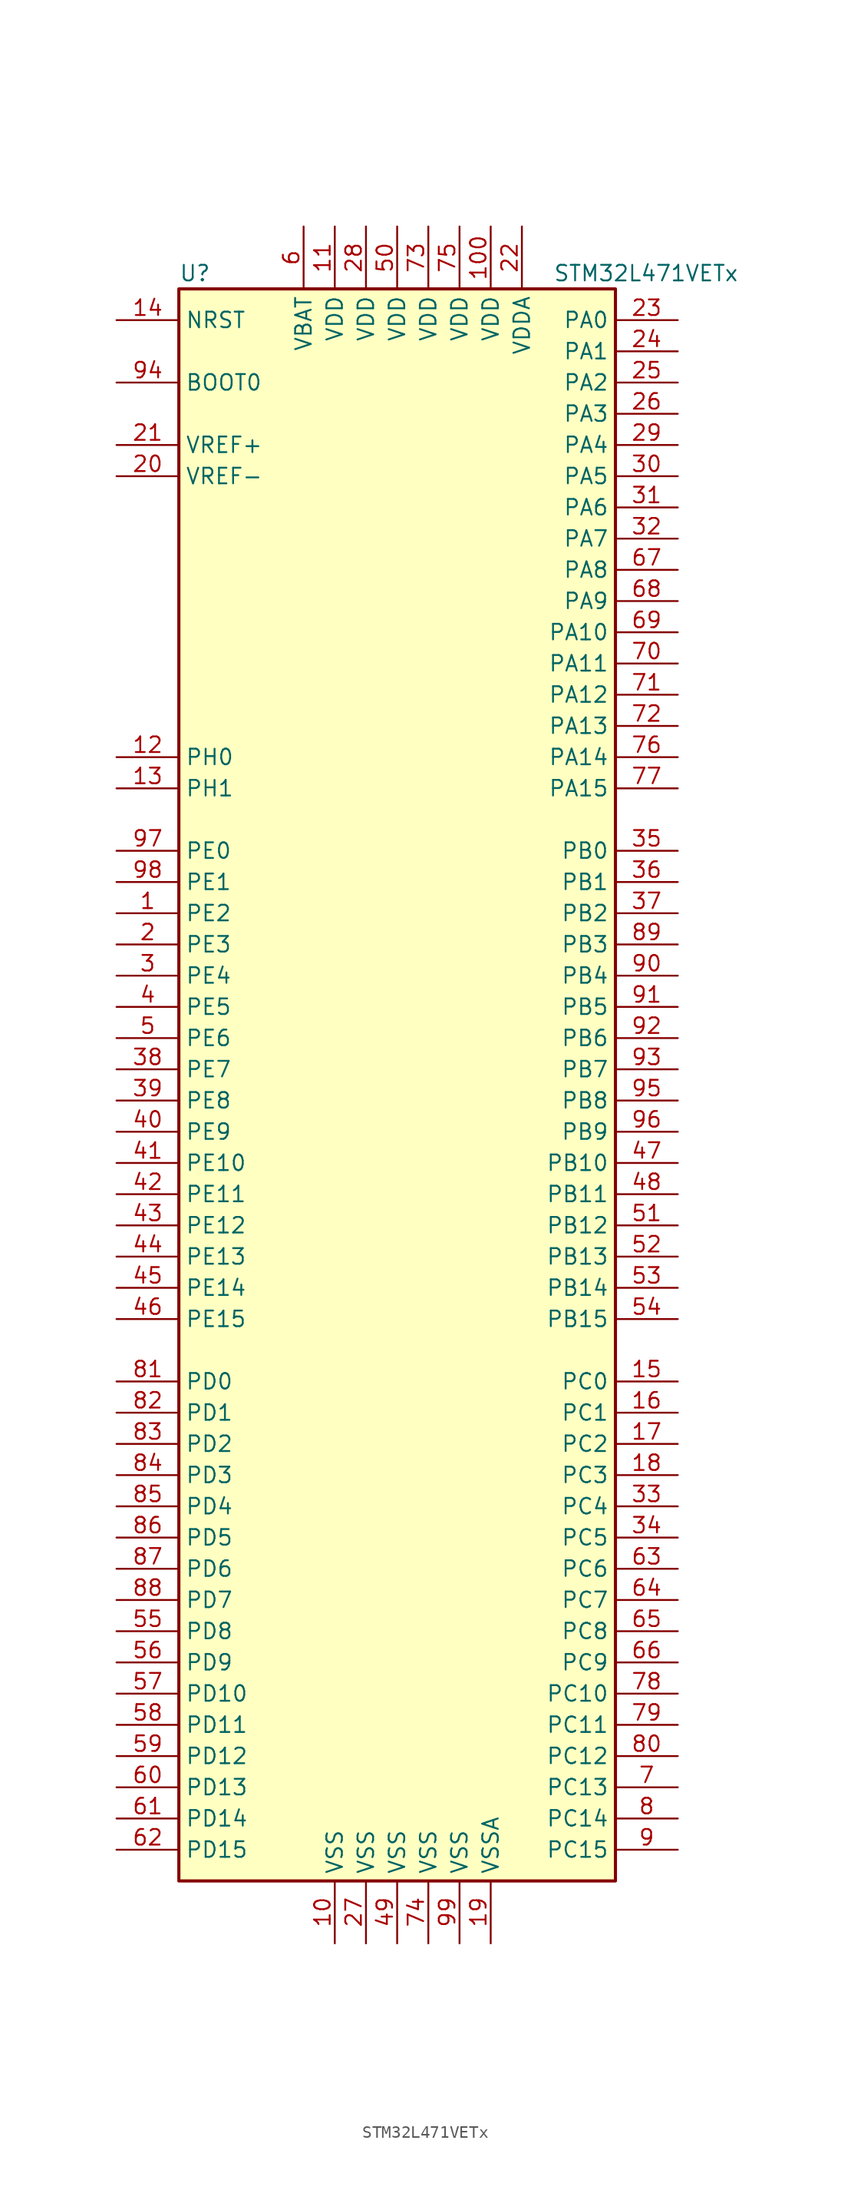
<source format=kicad_sym>
(kicad_symbol_lib
  (version 20201005)
  (generator kicad_symbol_editor)
  (symbol "STM32L471VETx"
    (property "Reference" "U"
      (at -17.78 64.77 0)
      (effects (font (size 1.27 1.27)) (justify left)))
    (property "Value" "STM32L471VETx"
      (at 12.7 64.77 0)
      (effects (font (size 1.27 1.27)) (justify left)))
    (symbol "STM32L471VETx_0_1"
      (rectangle (start -17.78 -66.04) (end 17.78 63.5) (stroke (width 0.254)) (fill (type background))))
    (symbol "STM32L471VETx_1_1"
      (pin bidirectional line (at -22.86 12.7 0) (length 5.08) (name "PE2" (effects (font (size 1.27 1.27)))) (number "1" (effects (font (size 1.27 1.27)))))
      (pin power_in line (at -5.08 -71.12 90) (length 5.08) (name "VSS" (effects (font (size 1.27 1.27)))) (number "10" (effects (font (size 1.27 1.27)))))
      (pin power_in line (at 7.62 68.58 270) (length 5.08) (name "VDD" (effects (font (size 1.27 1.27)))) (number "100" (effects (font (size 1.27 1.27)))))
      (pin power_in line (at -5.08 68.58 270) (length 5.08) (name "VDD" (effects (font (size 1.27 1.27)))) (number "11" (effects (font (size 1.27 1.27)))))
      (pin input line (at -22.86 25.4 0) (length 5.08) (name "PH0" (effects (font (size 1.27 1.27)))) (number "12" (effects (font (size 1.27 1.27)))))
      (pin input line (at -22.86 22.86 0) (length 5.08) (name "PH1" (effects (font (size 1.27 1.27)))) (number "13" (effects (font (size 1.27 1.27)))))
      (pin input line (at -22.86 60.96 0) (length 5.08) (name "NRST" (effects (font (size 1.27 1.27)))) (number "14" (effects (font (size 1.27 1.27)))))
      (pin bidirectional line (at 22.86 -25.4 180) (length 5.08) (name "PC0" (effects (font (size 1.27 1.27)))) (number "15" (effects (font (size 1.27 1.27)))))
      (pin bidirectional line (at 22.86 -27.94 180) (length 5.08) (name "PC1" (effects (font (size 1.27 1.27)))) (number "16" (effects (font (size 1.27 1.27)))))
      (pin bidirectional line (at 22.86 -30.48 180) (length 5.08) (name "PC2" (effects (font (size 1.27 1.27)))) (number "17" (effects (font (size 1.27 1.27)))))
      (pin bidirectional line (at 22.86 -33.02 180) (length 5.08) (name "PC3" (effects (font (size 1.27 1.27)))) (number "18" (effects (font (size 1.27 1.27)))))
      (pin power_in line (at 7.62 -71.12 90) (length 5.08) (name "VSSA" (effects (font (size 1.27 1.27)))) (number "19" (effects (font (size 1.27 1.27)))))
      (pin bidirectional line (at -22.86 10.16 0) (length 5.08) (name "PE3" (effects (font (size 1.27 1.27)))) (number "2" (effects (font (size 1.27 1.27)))))
      (pin power_in line (at -22.86 48.26 0) (length 5.08) (name "VREF-" (effects (font (size 1.27 1.27)))) (number "20" (effects (font (size 1.27 1.27)))))
      (pin bidirectional line (at -22.86 50.8 0) (length 5.08) (name "VREF+" (effects (font (size 1.27 1.27)))) (number "21" (effects (font (size 1.27 1.27)))))
      (pin power_in line (at 10.16 68.58 270) (length 5.08) (name "VDDA" (effects (font (size 1.27 1.27)))) (number "22" (effects (font (size 1.27 1.27)))))
      (pin bidirectional line (at 22.86 60.96 180) (length 5.08) (name "PA0" (effects (font (size 1.27 1.27)))) (number "23" (effects (font (size 1.27 1.27)))))
      (pin bidirectional line (at 22.86 58.42 180) (length 5.08) (name "PA1" (effects (font (size 1.27 1.27)))) (number "24" (effects (font (size 1.27 1.27)))))
      (pin bidirectional line (at 22.86 55.88 180) (length 5.08) (name "PA2" (effects (font (size 1.27 1.27)))) (number "25" (effects (font (size 1.27 1.27)))))
      (pin bidirectional line (at 22.86 53.34 180) (length 5.08) (name "PA3" (effects (font (size 1.27 1.27)))) (number "26" (effects (font (size 1.27 1.27)))))
      (pin power_in line (at -2.54 -71.12 90) (length 5.08) (name "VSS" (effects (font (size 1.27 1.27)))) (number "27" (effects (font (size 1.27 1.27)))))
      (pin power_in line (at -2.54 68.58 270) (length 5.08) (name "VDD" (effects (font (size 1.27 1.27)))) (number "28" (effects (font (size 1.27 1.27)))))
      (pin bidirectional line (at 22.86 50.8 180) (length 5.08) (name "PA4" (effects (font (size 1.27 1.27)))) (number "29" (effects (font (size 1.27 1.27)))))
      (pin bidirectional line (at -22.86 7.62 0) (length 5.08) (name "PE4" (effects (font (size 1.27 1.27)))) (number "3" (effects (font (size 1.27 1.27)))))
      (pin bidirectional line (at 22.86 48.26 180) (length 5.08) (name "PA5" (effects (font (size 1.27 1.27)))) (number "30" (effects (font (size 1.27 1.27)))))
      (pin bidirectional line (at 22.86 45.72 180) (length 5.08) (name "PA6" (effects (font (size 1.27 1.27)))) (number "31" (effects (font (size 1.27 1.27)))))
      (pin bidirectional line (at 22.86 43.18 180) (length 5.08) (name "PA7" (effects (font (size 1.27 1.27)))) (number "32" (effects (font (size 1.27 1.27)))))
      (pin bidirectional line (at 22.86 -35.56 180) (length 5.08) (name "PC4" (effects (font (size 1.27 1.27)))) (number "33" (effects (font (size 1.27 1.27)))))
      (pin bidirectional line (at 22.86 -38.1 180) (length 5.08) (name "PC5" (effects (font (size 1.27 1.27)))) (number "34" (effects (font (size 1.27 1.27)))))
      (pin bidirectional line (at 22.86 17.78 180) (length 5.08) (name "PB0" (effects (font (size 1.27 1.27)))) (number "35" (effects (font (size 1.27 1.27)))))
      (pin bidirectional line (at 22.86 15.24 180) (length 5.08) (name "PB1" (effects (font (size 1.27 1.27)))) (number "36" (effects (font (size 1.27 1.27)))))
      (pin bidirectional line (at 22.86 12.7 180) (length 5.08) (name "PB2" (effects (font (size 1.27 1.27)))) (number "37" (effects (font (size 1.27 1.27)))))
      (pin bidirectional line (at -22.86 0 0) (length 5.08) (name "PE7" (effects (font (size 1.27 1.27)))) (number "38" (effects (font (size 1.27 1.27)))))
      (pin bidirectional line (at -22.86 -2.54 0) (length 5.08) (name "PE8" (effects (font (size 1.27 1.27)))) (number "39" (effects (font (size 1.27 1.27)))))
      (pin bidirectional line (at -22.86 5.08 0) (length 5.08) (name "PE5" (effects (font (size 1.27 1.27)))) (number "4" (effects (font (size 1.27 1.27)))))
      (pin bidirectional line (at -22.86 -5.08 0) (length 5.08) (name "PE9" (effects (font (size 1.27 1.27)))) (number "40" (effects (font (size 1.27 1.27)))))
      (pin bidirectional line (at -22.86 -7.62 0) (length 5.08) (name "PE10" (effects (font (size 1.27 1.27)))) (number "41" (effects (font (size 1.27 1.27)))))
      (pin bidirectional line (at -22.86 -10.16 0) (length 5.08) (name "PE11" (effects (font (size 1.27 1.27)))) (number "42" (effects (font (size 1.27 1.27)))))
      (pin bidirectional line (at -22.86 -12.7 0) (length 5.08) (name "PE12" (effects (font (size 1.27 1.27)))) (number "43" (effects (font (size 1.27 1.27)))))
      (pin bidirectional line (at -22.86 -15.24 0) (length 5.08) (name "PE13" (effects (font (size 1.27 1.27)))) (number "44" (effects (font (size 1.27 1.27)))))
      (pin bidirectional line (at -22.86 -17.78 0) (length 5.08) (name "PE14" (effects (font (size 1.27 1.27)))) (number "45" (effects (font (size 1.27 1.27)))))
      (pin bidirectional line (at -22.86 -20.32 0) (length 5.08) (name "PE15" (effects (font (size 1.27 1.27)))) (number "46" (effects (font (size 1.27 1.27)))))
      (pin bidirectional line (at 22.86 -7.62 180) (length 5.08) (name "PB10" (effects (font (size 1.27 1.27)))) (number "47" (effects (font (size 1.27 1.27)))))
      (pin bidirectional line (at 22.86 -10.16 180) (length 5.08) (name "PB11" (effects (font (size 1.27 1.27)))) (number "48" (effects (font (size 1.27 1.27)))))
      (pin power_in line (at 0 -71.12 90) (length 5.08) (name "VSS" (effects (font (size 1.27 1.27)))) (number "49" (effects (font (size 1.27 1.27)))))
      (pin bidirectional line (at -22.86 2.54 0) (length 5.08) (name "PE6" (effects (font (size 1.27 1.27)))) (number "5" (effects (font (size 1.27 1.27)))))
      (pin power_in line (at 0 68.58 270) (length 5.08) (name "VDD" (effects (font (size 1.27 1.27)))) (number "50" (effects (font (size 1.27 1.27)))))
      (pin bidirectional line (at 22.86 -12.7 180) (length 5.08) (name "PB12" (effects (font (size 1.27 1.27)))) (number "51" (effects (font (size 1.27 1.27)))))
      (pin bidirectional line (at 22.86 -15.24 180) (length 5.08) (name "PB13" (effects (font (size 1.27 1.27)))) (number "52" (effects (font (size 1.27 1.27)))))
      (pin bidirectional line (at 22.86 -17.78 180) (length 5.08) (name "PB14" (effects (font (size 1.27 1.27)))) (number "53" (effects (font (size 1.27 1.27)))))
      (pin bidirectional line (at 22.86 -20.32 180) (length 5.08) (name "PB15" (effects (font (size 1.27 1.27)))) (number "54" (effects (font (size 1.27 1.27)))))
      (pin bidirectional line (at -22.86 -45.72 0) (length 5.08) (name "PD8" (effects (font (size 1.27 1.27)))) (number "55" (effects (font (size 1.27 1.27)))))
      (pin bidirectional line (at -22.86 -48.26 0) (length 5.08) (name "PD9" (effects (font (size 1.27 1.27)))) (number "56" (effects (font (size 1.27 1.27)))))
      (pin bidirectional line (at -22.86 -50.8 0) (length 5.08) (name "PD10" (effects (font (size 1.27 1.27)))) (number "57" (effects (font (size 1.27 1.27)))))
      (pin bidirectional line (at -22.86 -53.34 0) (length 5.08) (name "PD11" (effects (font (size 1.27 1.27)))) (number "58" (effects (font (size 1.27 1.27)))))
      (pin bidirectional line (at -22.86 -55.88 0) (length 5.08) (name "PD12" (effects (font (size 1.27 1.27)))) (number "59" (effects (font (size 1.27 1.27)))))
      (pin power_in line (at -7.62 68.58 270) (length 5.08) (name "VBAT" (effects (font (size 1.27 1.27)))) (number "6" (effects (font (size 1.27 1.27)))))
      (pin bidirectional line (at -22.86 -58.42 0) (length 5.08) (name "PD13" (effects (font (size 1.27 1.27)))) (number "60" (effects (font (size 1.27 1.27)))))
      (pin bidirectional line (at -22.86 -60.96 0) (length 5.08) (name "PD14" (effects (font (size 1.27 1.27)))) (number "61" (effects (font (size 1.27 1.27)))))
      (pin bidirectional line (at -22.86 -63.5 0) (length 5.08) (name "PD15" (effects (font (size 1.27 1.27)))) (number "62" (effects (font (size 1.27 1.27)))))
      (pin bidirectional line (at 22.86 -40.64 180) (length 5.08) (name "PC6" (effects (font (size 1.27 1.27)))) (number "63" (effects (font (size 1.27 1.27)))))
      (pin bidirectional line (at 22.86 -43.18 180) (length 5.08) (name "PC7" (effects (font (size 1.27 1.27)))) (number "64" (effects (font (size 1.27 1.27)))))
      (pin bidirectional line (at 22.86 -45.72 180) (length 5.08) (name "PC8" (effects (font (size 1.27 1.27)))) (number "65" (effects (font (size 1.27 1.27)))))
      (pin bidirectional line (at 22.86 -48.26 180) (length 5.08) (name "PC9" (effects (font (size 1.27 1.27)))) (number "66" (effects (font (size 1.27 1.27)))))
      (pin bidirectional line (at 22.86 40.64 180) (length 5.08) (name "PA8" (effects (font (size 1.27 1.27)))) (number "67" (effects (font (size 1.27 1.27)))))
      (pin bidirectional line (at 22.86 38.1 180) (length 5.08) (name "PA9" (effects (font (size 1.27 1.27)))) (number "68" (effects (font (size 1.27 1.27)))))
      (pin bidirectional line (at 22.86 35.56 180) (length 5.08) (name "PA10" (effects (font (size 1.27 1.27)))) (number "69" (effects (font (size 1.27 1.27)))))
      (pin bidirectional line (at 22.86 -58.42 180) (length 5.08) (name "PC13" (effects (font (size 1.27 1.27)))) (number "7" (effects (font (size 1.27 1.27)))))
      (pin bidirectional line (at 22.86 33.02 180) (length 5.08) (name "PA11" (effects (font (size 1.27 1.27)))) (number "70" (effects (font (size 1.27 1.27)))))
      (pin bidirectional line (at 22.86 30.48 180) (length 5.08) (name "PA12" (effects (font (size 1.27 1.27)))) (number "71" (effects (font (size 1.27 1.27)))))
      (pin bidirectional line (at 22.86 27.94 180) (length 5.08) (name "PA13" (effects (font (size 1.27 1.27)))) (number "72" (effects (font (size 1.27 1.27)))))
      (pin power_in line (at 2.54 68.58 270) (length 5.08) (name "VDD" (effects (font (size 1.27 1.27)))) (number "73" (effects (font (size 1.27 1.27)))))
      (pin power_in line (at 2.54 -71.12 90) (length 5.08) (name "VSS" (effects (font (size 1.27 1.27)))) (number "74" (effects (font (size 1.27 1.27)))))
      (pin power_in line (at 5.08 68.58 270) (length 5.08) (name "VDD" (effects (font (size 1.27 1.27)))) (number "75" (effects (font (size 1.27 1.27)))))
      (pin bidirectional line (at 22.86 25.4 180) (length 5.08) (name "PA14" (effects (font (size 1.27 1.27)))) (number "76" (effects (font (size 1.27 1.27)))))
      (pin bidirectional line (at 22.86 22.86 180) (length 5.08) (name "PA15" (effects (font (size 1.27 1.27)))) (number "77" (effects (font (size 1.27 1.27)))))
      (pin bidirectional line (at 22.86 -50.8 180) (length 5.08) (name "PC10" (effects (font (size 1.27 1.27)))) (number "78" (effects (font (size 1.27 1.27)))))
      (pin bidirectional line (at 22.86 -53.34 180) (length 5.08) (name "PC11" (effects (font (size 1.27 1.27)))) (number "79" (effects (font (size 1.27 1.27)))))
      (pin bidirectional line (at 22.86 -60.96 180) (length 5.08) (name "PC14" (effects (font (size 1.27 1.27)))) (number "8" (effects (font (size 1.27 1.27)))))
      (pin bidirectional line (at 22.86 -55.88 180) (length 5.08) (name "PC12" (effects (font (size 1.27 1.27)))) (number "80" (effects (font (size 1.27 1.27)))))
      (pin bidirectional line (at -22.86 -25.4 0) (length 5.08) (name "PD0" (effects (font (size 1.27 1.27)))) (number "81" (effects (font (size 1.27 1.27)))))
      (pin bidirectional line (at -22.86 -27.94 0) (length 5.08) (name "PD1" (effects (font (size 1.27 1.27)))) (number "82" (effects (font (size 1.27 1.27)))))
      (pin bidirectional line (at -22.86 -30.48 0) (length 5.08) (name "PD2" (effects (font (size 1.27 1.27)))) (number "83" (effects (font (size 1.27 1.27)))))
      (pin bidirectional line (at -22.86 -33.02 0) (length 5.08) (name "PD3" (effects (font (size 1.27 1.27)))) (number "84" (effects (font (size 1.27 1.27)))))
      (pin bidirectional line (at -22.86 -35.56 0) (length 5.08) (name "PD4" (effects (font (size 1.27 1.27)))) (number "85" (effects (font (size 1.27 1.27)))))
      (pin bidirectional line (at -22.86 -38.1 0) (length 5.08) (name "PD5" (effects (font (size 1.27 1.27)))) (number "86" (effects (font (size 1.27 1.27)))))
      (pin bidirectional line (at -22.86 -40.64 0) (length 5.08) (name "PD6" (effects (font (size 1.27 1.27)))) (number "87" (effects (font (size 1.27 1.27)))))
      (pin bidirectional line (at -22.86 -43.18 0) (length 5.08) (name "PD7" (effects (font (size 1.27 1.27)))) (number "88" (effects (font (size 1.27 1.27)))))
      (pin bidirectional line (at 22.86 10.16 180) (length 5.08) (name "PB3" (effects (font (size 1.27 1.27)))) (number "89" (effects (font (size 1.27 1.27)))))
      (pin bidirectional line (at 22.86 -63.5 180) (length 5.08) (name "PC15" (effects (font (size 1.27 1.27)))) (number "9" (effects (font (size 1.27 1.27)))))
      (pin bidirectional line (at 22.86 7.62 180) (length 5.08) (name "PB4" (effects (font (size 1.27 1.27)))) (number "90" (effects (font (size 1.27 1.27)))))
      (pin bidirectional line (at 22.86 5.08 180) (length 5.08) (name "PB5" (effects (font (size 1.27 1.27)))) (number "91" (effects (font (size 1.27 1.27)))))
      (pin bidirectional line (at 22.86 2.54 180) (length 5.08) (name "PB6" (effects (font (size 1.27 1.27)))) (number "92" (effects (font (size 1.27 1.27)))))
      (pin bidirectional line (at 22.86 0 180) (length 5.08) (name "PB7" (effects (font (size 1.27 1.27)))) (number "93" (effects (font (size 1.27 1.27)))))
      (pin input line (at -22.86 55.88 0) (length 5.08) (name "BOOT0" (effects (font (size 1.27 1.27)))) (number "94" (effects (font (size 1.27 1.27)))))
      (pin bidirectional line (at 22.86 -2.54 180) (length 5.08) (name "PB8" (effects (font (size 1.27 1.27)))) (number "95" (effects (font (size 1.27 1.27)))))
      (pin bidirectional line (at 22.86 -5.08 180) (length 5.08) (name "PB9" (effects (font (size 1.27 1.27)))) (number "96" (effects (font (size 1.27 1.27)))))
      (pin bidirectional line (at -22.86 17.78 0) (length 5.08) (name "PE0" (effects (font (size 1.27 1.27)))) (number "97" (effects (font (size 1.27 1.27)))))
      (pin bidirectional line (at -22.86 15.24 0) (length 5.08) (name "PE1" (effects (font (size 1.27 1.27)))) (number "98" (effects (font (size 1.27 1.27)))))
      (pin power_in line (at 5.08 -71.12 90) (length 5.08) (name "VSS" (effects (font (size 1.27 1.27)))) (number "99" (effects (font (size 1.27 1.27))))))))
</source>
